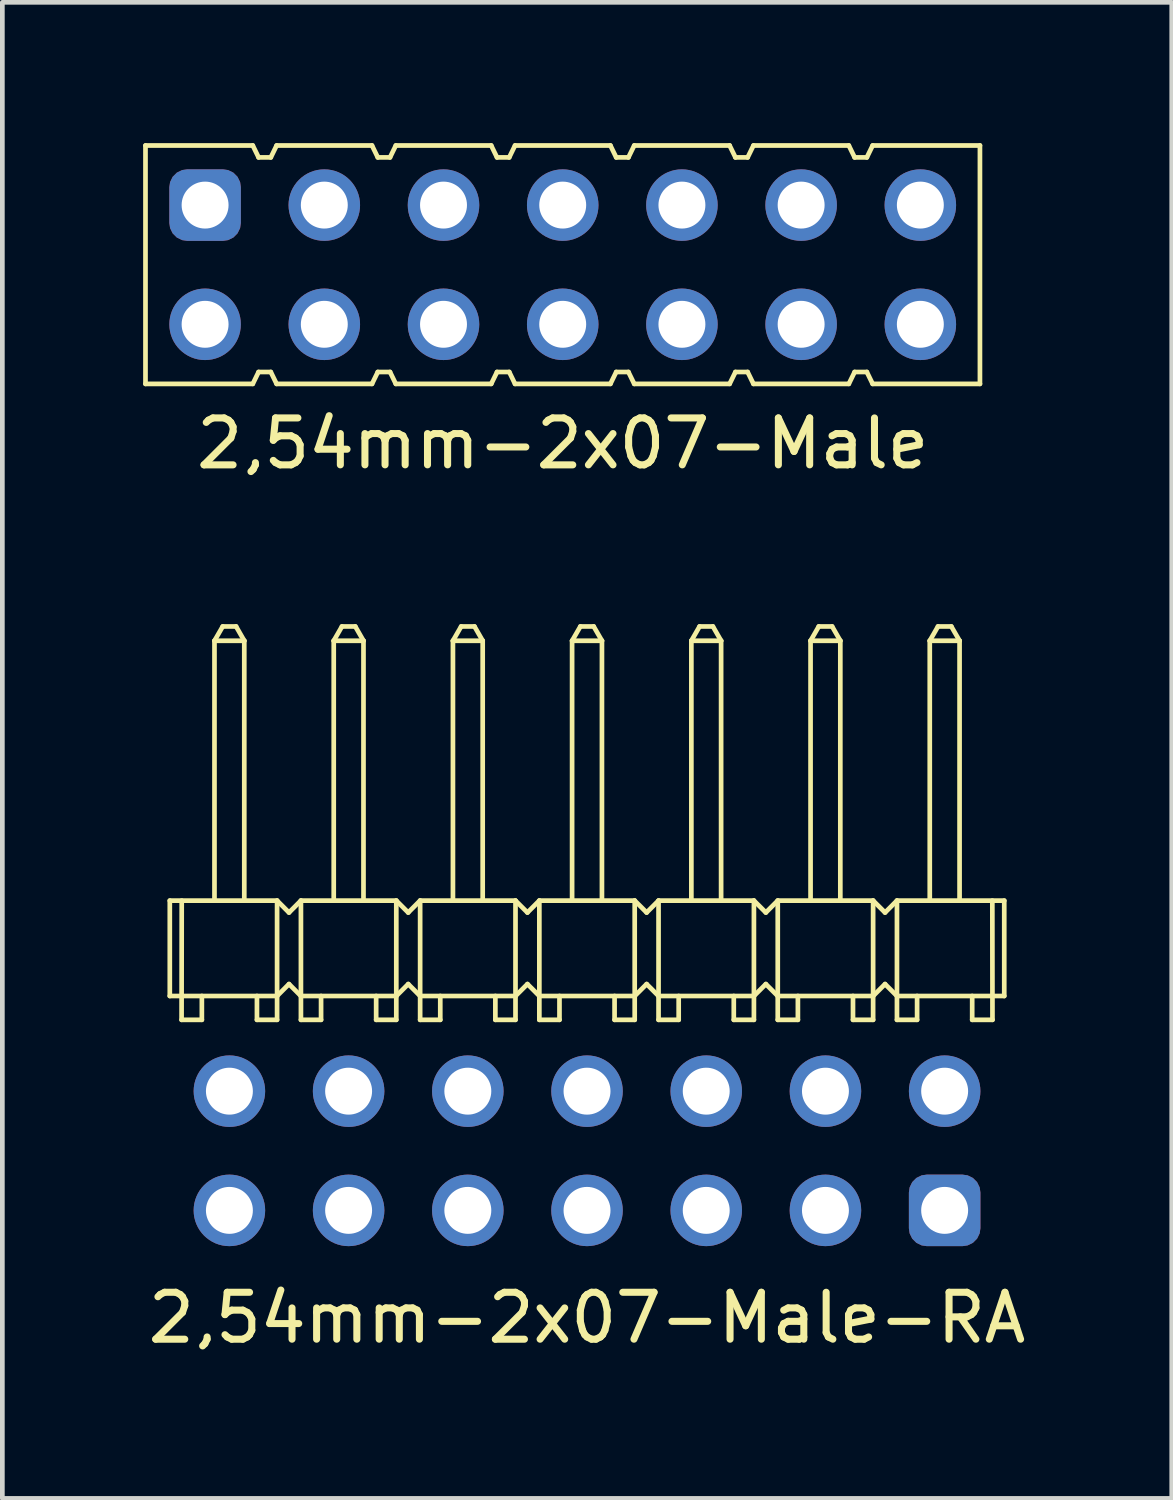
<source format=kicad_pcb>
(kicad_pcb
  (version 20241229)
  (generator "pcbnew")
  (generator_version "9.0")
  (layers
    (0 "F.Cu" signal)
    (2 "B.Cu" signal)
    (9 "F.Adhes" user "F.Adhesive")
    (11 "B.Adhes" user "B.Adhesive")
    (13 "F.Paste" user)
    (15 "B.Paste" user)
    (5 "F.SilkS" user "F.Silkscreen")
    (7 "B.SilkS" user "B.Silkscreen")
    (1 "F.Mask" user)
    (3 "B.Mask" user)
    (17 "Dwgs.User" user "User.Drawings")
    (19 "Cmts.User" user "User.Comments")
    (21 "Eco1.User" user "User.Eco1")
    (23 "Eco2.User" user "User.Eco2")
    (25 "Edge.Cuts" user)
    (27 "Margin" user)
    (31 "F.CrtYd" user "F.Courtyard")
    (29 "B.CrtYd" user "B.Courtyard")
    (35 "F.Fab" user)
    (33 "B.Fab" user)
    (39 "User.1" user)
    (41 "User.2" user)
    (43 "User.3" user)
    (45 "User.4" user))
  (footprint "2,54mm-2x07-Male"
    (layer "F.Cu")
    (at 8.94 2.59)
    (property "Reference" "2,54mm-2x07-Male" (at 0 3.81 0) (layer "F.SilkS") (effects (font (size 1 1) (thickness 0.15))))
    (attr through_hole)
    (fp_line (start -8.89 -2.54) (end -8.89 2.54) (stroke (width 0.1) (type solid)) (layer "F.SilkS"))
    (fp_line (start -8.89 2.54) (end -6.604 2.54) (stroke (width 0.1) (type solid)) (layer "F.SilkS"))
    (fp_line (start -6.604 -2.54) (end -8.89 -2.54) (stroke (width 0.1) (type solid)) (layer "F.SilkS"))
    (fp_line (start -6.604 2.54) (end -6.48 2.286) (stroke (width 0.1) (type solid)) (layer "F.SilkS"))
    (fp_line (start -6.48 -2.286) (end -6.604 -2.54) (stroke (width 0.1) (type solid)) (layer "F.SilkS"))
    (fp_line (start -6.48 2.286) (end -6.22 2.286) (stroke (width 0.1) (type solid)) (layer "F.SilkS"))
    (fp_line (start -6.22 -2.286) (end -6.48 -2.286) (stroke (width 0.1) (type solid)) (layer "F.SilkS"))
    (fp_line (start -6.22 2.286) (end -6.096 2.54) (stroke (width 0.1) (type solid)) (layer "F.SilkS"))
    (fp_line (start -6.096 -2.54) (end -6.22 -2.286) (stroke (width 0.1) (type solid)) (layer "F.SilkS"))
    (fp_line (start -6.096 2.54) (end -4.064 2.54) (stroke (width 0.1) (type solid)) (layer "F.SilkS"))
    (fp_line (start -4.064 -2.54) (end -6.096 -2.54) (stroke (width 0.1) (type solid)) (layer "F.SilkS"))
    (fp_line (start -4.064 2.54) (end -3.94 2.286) (stroke (width 0.1) (type solid)) (layer "F.SilkS"))
    (fp_line (start -3.94 -2.286) (end -4.064 -2.54) (stroke (width 0.1) (type solid)) (layer "F.SilkS"))
    (fp_line (start -3.94 2.286) (end -3.68 2.286) (stroke (width 0.1) (type solid)) (layer "F.SilkS"))
    (fp_line (start -3.68 -2.286) (end -3.94 -2.286) (stroke (width 0.1) (type solid)) (layer "F.SilkS"))
    (fp_line (start -3.68 2.286) (end -3.556 2.54) (stroke (width 0.1) (type solid)) (layer "F.SilkS"))
    (fp_line (start -3.556 -2.54) (end -3.68 -2.286) (stroke (width 0.1) (type solid)) (layer "F.SilkS"))
    (fp_line (start -3.556 2.54) (end -1.524 2.54) (stroke (width 0.1) (type solid)) (layer "F.SilkS"))
    (fp_line (start -1.524 -2.54) (end -3.556 -2.54) (stroke (width 0.1) (type solid)) (layer "F.SilkS"))
    (fp_line (start -1.524 2.54) (end -1.4 2.286) (stroke (width 0.1) (type solid)) (layer "F.SilkS"))
    (fp_line (start -1.4 -2.286) (end -1.524 -2.54) (stroke (width 0.1) (type solid)) (layer "F.SilkS"))
    (fp_line (start -1.4 2.286) (end -1.14 2.286) (stroke (width 0.1) (type solid)) (layer "F.SilkS"))
    (fp_line (start -1.14 -2.286) (end -1.4 -2.286) (stroke (width 0.1) (type solid)) (layer "F.SilkS"))
    (fp_line (start -1.14 2.286) (end -1.016 2.54) (stroke (width 0.1) (type solid)) (layer "F.SilkS"))
    (fp_line (start -1.016 -2.54) (end -1.14 -2.286) (stroke (width 0.1) (type solid)) (layer "F.SilkS"))
    (fp_line (start -1.016 2.54) (end 1.016 2.54) (stroke (width 0.1) (type solid)) (layer "F.SilkS"))
    (fp_line (start 1.016 -2.54) (end -1.016 -2.54) (stroke (width 0.1) (type solid)) (layer "F.SilkS"))
    (fp_line (start 1.016 2.54) (end 1.14 2.286) (stroke (width 0.1) (type solid)) (layer "F.SilkS"))
    (fp_line (start 1.14 -2.286) (end 1.016 -2.54) (stroke (width 0.1) (type solid)) (layer "F.SilkS"))
    (fp_line (start 1.14 2.286) (end 1.4 2.286) (stroke (width 0.1) (type solid)) (layer "F.SilkS"))
    (fp_line (start 1.4 -2.286) (end 1.14 -2.286) (stroke (width 0.1) (type solid)) (layer "F.SilkS"))
    (fp_line (start 1.4 2.286) (end 1.524 2.54) (stroke (width 0.1) (type solid)) (layer "F.SilkS"))
    (fp_line (start 1.524 -2.54) (end 1.4 -2.286) (stroke (width 0.1) (type solid)) (layer "F.SilkS"))
    (fp_line (start 1.524 2.54) (end 3.556 2.54) (stroke (width 0.1) (type solid)) (layer "F.SilkS"))
    (fp_line (start 3.556 -2.54) (end 1.524 -2.54) (stroke (width 0.1) (type solid)) (layer "F.SilkS"))
    (fp_line (start 3.556 2.54) (end 3.68 2.286) (stroke (width 0.1) (type solid)) (layer "F.SilkS"))
    (fp_line (start 3.68 -2.286) (end 3.556 -2.54) (stroke (width 0.1) (type solid)) (layer "F.SilkS"))
    (fp_line (start 3.68 2.286) (end 3.94 2.286) (stroke (width 0.1) (type solid)) (layer "F.SilkS"))
    (fp_line (start 3.94 -2.286) (end 3.68 -2.286) (stroke (width 0.1) (type solid)) (layer "F.SilkS"))
    (fp_line (start 3.94 2.286) (end 4.064 2.54) (stroke (width 0.1) (type solid)) (layer "F.SilkS"))
    (fp_line (start 4.064 -2.54) (end 3.94 -2.286) (stroke (width 0.1) (type solid)) (layer "F.SilkS"))
    (fp_line (start 4.064 2.54) (end 6.096 2.54) (stroke (width 0.1) (type solid)) (layer "F.SilkS"))
    (fp_line (start 6.096 -2.54) (end 4.064 -2.54) (stroke (width 0.1) (type solid)) (layer "F.SilkS"))
    (fp_line (start 6.096 2.54) (end 6.22 2.286) (stroke (width 0.1) (type solid)) (layer "F.SilkS"))
    (fp_line (start 6.22 -2.286) (end 6.096 -2.54) (stroke (width 0.1) (type solid)) (layer "F.SilkS"))
    (fp_line (start 6.22 2.286) (end 6.48 2.286) (stroke (width 0.1) (type solid)) (layer "F.SilkS"))
    (fp_line (start 6.48 -2.286) (end 6.22 -2.286) (stroke (width 0.1) (type solid)) (layer "F.SilkS"))
    (fp_line (start 6.48 2.286) (end 6.604 2.54) (stroke (width 0.1) (type solid)) (layer "F.SilkS"))
    (fp_line (start 6.604 -2.54) (end 6.48 -2.286) (stroke (width 0.1) (type solid)) (layer "F.SilkS"))
    (fp_line (start 6.604 2.54) (end 8.89 2.54) (stroke (width 0.1) (type solid)) (layer "F.SilkS"))
    (fp_line (start 8.89 -2.54) (end 6.604 -2.54) (stroke (width 0.1) (type solid)) (layer "F.SilkS"))
    (fp_line (start 8.89 2.54) (end 8.89 -2.54) (stroke (width 0.1) (type solid)) (layer "F.SilkS"))
    (pad "1" thru_hole roundrect (at -7.62 -1.27) (size 1.524 1.524) (drill 1) (layers "*.Cu" "*.Mask") (roundrect_rratio 0.25))
    (pad "2" thru_hole circle (at -7.62 1.27) (size 1.524 1.524) (drill 1) (layers "*.Cu" "*.Mask"))
    (pad "3" thru_hole circle (at -5.08 -1.27) (size 1.524 1.524) (drill 1) (layers "*.Cu" "*.Mask"))
    (pad "4" thru_hole circle (at -5.08 1.27) (size 1.524 1.524) (drill 1) (layers "*.Cu" "*.Mask"))
    (pad "5" thru_hole circle (at -2.54 -1.27) (size 1.524 1.524) (drill 1) (layers "*.Cu" "*.Mask"))
    (pad "6" thru_hole circle (at -2.54 1.27) (size 1.524 1.524) (drill 1) (layers "*.Cu" "*.Mask"))
    (pad "7" thru_hole circle (at 0 -1.27) (size 1.524 1.524) (drill 1) (layers "*.Cu" "*.Mask"))
    (pad "8" thru_hole circle (at 0 1.27) (size 1.524 1.524) (drill 1) (layers "*.Cu" "*.Mask"))
    (pad "9" thru_hole circle (at 2.54 -1.27) (size 1.524 1.524) (drill 1) (layers "*.Cu" "*.Mask"))
    (pad "10" thru_hole circle (at 2.54 1.27) (size 1.524 1.524) (drill 1) (layers "*.Cu" "*.Mask"))
    (pad "11" thru_hole circle (at 5.08 -1.27) (size 1.524 1.524) (drill 1) (layers "*.Cu" "*.Mask"))
    (pad "12" thru_hole circle (at 5.08 1.27) (size 1.524 1.524) (drill 1) (layers "*.Cu" "*.Mask"))
    (pad "13" thru_hole circle (at 7.62 -1.27) (size 1.524 1.524) (drill 1) (layers "*.Cu" "*.Mask"))
    (pad "14" thru_hole circle (at 7.62 1.27) (size 1.524 1.524) (drill 1) (layers "*.Cu" "*.Mask")))
  (footprint "2,54mm-2x07-Male-RA"
    (layer "F.Cu")
    (at 9.458 18.68)
    (property "Reference" "2,54mm-2x07-Male-RA" (at 0 6.35 0) (layer "F.SilkS") (effects (font (size 1 1) (thickness 0.15))))
    (attr through_hole)
    (fp_line (start -8.89 -2.54) (end -8.89 -0.508) (stroke (width 0.1) (type solid)) (layer "F.SilkS"))
    (fp_line (start -8.89 -2.54) (end -6.604 -2.54) (stroke (width 0.1) (type solid)) (layer "F.SilkS"))
    (fp_line (start -8.639 0) (end -8.636 -2.54) (stroke (width 0.1) (type solid)) (layer "F.SilkS"))
    (fp_line (start -8.639 0) (end -8.207 0) (stroke (width 0.1) (type solid)) (layer "F.SilkS"))
    (fp_line (start -8.207 -0.508) (end -8.207 0) (stroke (width 0.1) (type solid)) (layer "F.SilkS"))
    (fp_line (start -7.938 -8.077) (end -7.938 -2.54) (stroke (width 0.1) (type solid)) (layer "F.SilkS"))
    (fp_line (start -7.938 -8.077) (end -7.762 -8.382) (stroke (width 0.1) (type solid)) (layer "F.SilkS"))
    (fp_line (start -7.478 -8.382) (end -7.762 -8.382) (stroke (width 0.1) (type solid)) (layer "F.SilkS"))
    (fp_line (start -7.478 -8.382) (end -7.303 -8.077) (stroke (width 0.1) (type solid)) (layer "F.SilkS"))
    (fp_line (start -7.303 -8.077) (end -7.938 -8.077) (stroke (width 0.1) (type solid)) (layer "F.SilkS"))
    (fp_line (start -7.303 -8.077) (end -7.303 -2.54) (stroke (width 0.1) (type solid)) (layer "F.SilkS"))
    (fp_line (start -7.033 0) (end -7.033 -0.508) (stroke (width 0.1) (type solid)) (layer "F.SilkS"))
    (fp_line (start -7.033 0) (end -6.604 0) (stroke (width 0.1) (type solid)) (layer "F.SilkS"))
    (fp_line (start -6.604 -2.54) (end -6.604 0) (stroke (width 0.1) (type solid)) (layer "F.SilkS"))
    (fp_line (start -6.604 -2.54) (end -6.35 -2.286) (stroke (width 0.1) (type solid)) (layer "F.SilkS"))
    (fp_line (start -6.604 -0.508) (end -8.89 -0.508) (stroke (width 0.1) (type solid)) (layer "F.SilkS"))
    (fp_line (start -6.35 -2.286) (end -6.096 -2.54) (stroke (width 0.1) (type solid)) (layer "F.SilkS"))
    (fp_line (start -6.35 -0.762) (end -6.604 -0.508) (stroke (width 0.1) (type solid)) (layer "F.SilkS"))
    (fp_line (start -6.096 -2.54) (end -4.064 -2.54) (stroke (width 0.1) (type solid)) (layer "F.SilkS"))
    (fp_line (start -6.096 -0.508) (end -6.35 -0.762) (stroke (width 0.1) (type solid)) (layer "F.SilkS"))
    (fp_line (start -6.096 -0.508) (end -4.064 -0.508) (stroke (width 0.1) (type solid)) (layer "F.SilkS"))
    (fp_line (start -6.096 0) (end -6.096 -2.54) (stroke (width 0.1) (type solid)) (layer "F.SilkS"))
    (fp_line (start -6.096 0) (end -5.667 0) (stroke (width 0.1) (type solid)) (layer "F.SilkS"))
    (fp_line (start -5.667 -0.508) (end -5.667 0) (stroke (width 0.1) (type solid)) (layer "F.SilkS"))
    (fp_line (start -5.397 -8.077) (end -5.222 -8.382) (stroke (width 0.1) (type solid)) (layer "F.SilkS"))
    (fp_line (start -5.397 -2.54) (end -5.397 -8.077) (stroke (width 0.1) (type solid)) (layer "F.SilkS"))
    (fp_line (start -4.938 -8.382) (end -5.222 -8.382) (stroke (width 0.1) (type solid)) (layer "F.SilkS"))
    (fp_line (start -4.938 -8.382) (end -4.763 -8.077) (stroke (width 0.1) (type solid)) (layer "F.SilkS"))
    (fp_line (start -4.763 -8.077) (end -5.397 -8.077) (stroke (width 0.1) (type solid)) (layer "F.SilkS"))
    (fp_line (start -4.763 -8.077) (end -4.763 -2.54) (stroke (width 0.1) (type solid)) (layer "F.SilkS"))
    (fp_line (start -4.493 0) (end -4.493 -0.508) (stroke (width 0.1) (type solid)) (layer "F.SilkS"))
    (fp_line (start -4.493 0) (end -4.064 0) (stroke (width 0.1) (type solid)) (layer "F.SilkS"))
    (fp_line (start -4.064 -2.54) (end -4.064 0) (stroke (width 0.1) (type solid)) (layer "F.SilkS"))
    (fp_line (start -4.064 -2.54) (end -3.81 -2.286) (stroke (width 0.1) (type solid)) (layer "F.SilkS"))
    (fp_line (start -3.81 -2.286) (end -3.556 -2.54) (stroke (width 0.1) (type solid)) (layer "F.SilkS"))
    (fp_line (start -3.81 -0.762) (end -4.064 -0.508) (stroke (width 0.1) (type solid)) (layer "F.SilkS"))
    (fp_line (start -3.556 -2.54) (end -1.524 -2.54) (stroke (width 0.1) (type solid)) (layer "F.SilkS"))
    (fp_line (start -3.556 -0.508) (end -3.81 -0.762) (stroke (width 0.1) (type solid)) (layer "F.SilkS"))
    (fp_line (start -3.556 -0.508) (end -1.524 -0.508) (stroke (width 0.1) (type solid)) (layer "F.SilkS"))
    (fp_line (start -3.556 0) (end -3.556 -2.54) (stroke (width 0.1) (type solid)) (layer "F.SilkS"))
    (fp_line (start -3.556 0) (end -3.127 0) (stroke (width 0.1) (type solid)) (layer "F.SilkS"))
    (fp_line (start -3.127 -0.508) (end -3.127 0) (stroke (width 0.1) (type solid)) (layer "F.SilkS"))
    (fp_line (start -2.857 -8.077) (end -2.682 -8.382) (stroke (width 0.1) (type solid)) (layer "F.SilkS"))
    (fp_line (start -2.857 -2.54) (end -2.857 -8.077) (stroke (width 0.1) (type solid)) (layer "F.SilkS"))
    (fp_line (start -2.398 -8.382) (end -2.682 -8.382) (stroke (width 0.1) (type solid)) (layer "F.SilkS"))
    (fp_line (start -2.398 -8.382) (end -2.223 -8.077) (stroke (width 0.1) (type solid)) (layer "F.SilkS"))
    (fp_line (start -2.223 -8.077) (end -2.857 -8.077) (stroke (width 0.1) (type solid)) (layer "F.SilkS"))
    (fp_line (start -2.223 -8.077) (end -2.223 -2.54) (stroke (width 0.1) (type solid)) (layer "F.SilkS"))
    (fp_line (start -1.953 0) (end -1.953 -0.508) (stroke (width 0.1) (type solid)) (layer "F.SilkS"))
    (fp_line (start -1.953 0) (end -1.524 0) (stroke (width 0.1) (type solid)) (layer "F.SilkS"))
    (fp_line (start -1.524 -2.54) (end -1.524 0) (stroke (width 0.1) (type solid)) (layer "F.SilkS"))
    (fp_line (start -1.524 -2.54) (end -1.27 -2.286) (stroke (width 0.1) (type solid)) (layer "F.SilkS"))
    (fp_line (start -1.27 -2.286) (end -1.016 -2.54) (stroke (width 0.1) (type solid)) (layer "F.SilkS"))
    (fp_line (start -1.27 -0.762) (end -1.524 -0.508) (stroke (width 0.1) (type solid)) (layer "F.SilkS"))
    (fp_line (start -1.016 -2.54) (end 1.016 -2.54) (stroke (width 0.1) (type solid)) (layer "F.SilkS"))
    (fp_line (start -1.016 -0.508) (end -1.27 -0.762) (stroke (width 0.1) (type solid)) (layer "F.SilkS"))
    (fp_line (start -1.016 -0.508) (end 1.016 -0.508) (stroke (width 0.1) (type solid)) (layer "F.SilkS"))
    (fp_line (start -1.016 0) (end -1.016 -2.54) (stroke (width 0.1) (type solid)) (layer "F.SilkS"))
    (fp_line (start -1.016 0) (end -0.587 0) (stroke (width 0.1) (type solid)) (layer "F.SilkS"))
    (fp_line (start -0.587 -0.508) (end -0.587 0) (stroke (width 0.1) (type solid)) (layer "F.SilkS"))
    (fp_line (start -0.318 -8.077) (end -0.142 -8.382) (stroke (width 0.1) (type solid)) (layer "F.SilkS"))
    (fp_line (start -0.318 -2.54) (end -0.318 -8.077) (stroke (width 0.1) (type solid)) (layer "F.SilkS"))
    (fp_line (start 0.142 -8.382) (end -0.142 -8.382) (stroke (width 0.1) (type solid)) (layer "F.SilkS"))
    (fp_line (start 0.142 -8.382) (end 0.318 -8.077) (stroke (width 0.1) (type solid)) (layer "F.SilkS"))
    (fp_line (start 0.318 -8.077) (end -0.318 -8.077) (stroke (width 0.1) (type solid)) (layer "F.SilkS"))
    (fp_line (start 0.318 -8.077) (end 0.318 -2.54) (stroke (width 0.1) (type solid)) (layer "F.SilkS"))
    (fp_line (start 0.587 0) (end 0.587 -0.508) (stroke (width 0.1) (type solid)) (layer "F.SilkS"))
    (fp_line (start 0.587 0) (end 1.016 0) (stroke (width 0.1) (type solid)) (layer "F.SilkS"))
    (fp_line (start 1.016 -2.54) (end 1.016 0) (stroke (width 0.1) (type solid)) (layer "F.SilkS"))
    (fp_line (start 1.016 -2.54) (end 1.27 -2.286) (stroke (width 0.1) (type solid)) (layer "F.SilkS"))
    (fp_line (start 1.27 -2.286) (end 1.524 -2.54) (stroke (width 0.1) (type solid)) (layer "F.SilkS"))
    (fp_line (start 1.27 -0.762) (end 1.016 -0.508) (stroke (width 0.1) (type solid)) (layer "F.SilkS"))
    (fp_line (start 1.524 -2.54) (end 3.556 -2.54) (stroke (width 0.1) (type solid)) (layer "F.SilkS"))
    (fp_line (start 1.524 -0.508) (end 1.27 -0.762) (stroke (width 0.1) (type solid)) (layer "F.SilkS"))
    (fp_line (start 1.524 -0.508) (end 3.556 -0.508) (stroke (width 0.1) (type solid)) (layer "F.SilkS"))
    (fp_line (start 1.524 0) (end 1.524 -2.54) (stroke (width 0.1) (type solid)) (layer "F.SilkS"))
    (fp_line (start 1.524 0) (end 1.953 0) (stroke (width 0.1) (type solid)) (layer "F.SilkS"))
    (fp_line (start 1.953 -0.508) (end 1.953 0) (stroke (width 0.1) (type solid)) (layer "F.SilkS"))
    (fp_line (start 2.223 -8.077) (end 2.398 -8.382) (stroke (width 0.1) (type solid)) (layer "F.SilkS"))
    (fp_line (start 2.223 -2.54) (end 2.223 -8.077) (stroke (width 0.1) (type solid)) (layer "F.SilkS"))
    (fp_line (start 2.682 -8.382) (end 2.398 -8.382) (stroke (width 0.1) (type solid)) (layer "F.SilkS"))
    (fp_line (start 2.682 -8.382) (end 2.857 -8.077) (stroke (width 0.1) (type solid)) (layer "F.SilkS"))
    (fp_line (start 2.857 -8.077) (end 2.223 -8.077) (stroke (width 0.1) (type solid)) (layer "F.SilkS"))
    (fp_line (start 2.857 -8.077) (end 2.857 -2.54) (stroke (width 0.1) (type solid)) (layer "F.SilkS"))
    (fp_line (start 3.127 0) (end 3.127 -0.508) (stroke (width 0.1) (type solid)) (layer "F.SilkS"))
    (fp_line (start 3.127 0) (end 3.556 0) (stroke (width 0.1) (type solid)) (layer "F.SilkS"))
    (fp_line (start 3.556 -2.54) (end 3.556 0) (stroke (width 0.1) (type solid)) (layer "F.SilkS"))
    (fp_line (start 3.556 -2.54) (end 3.81 -2.286) (stroke (width 0.1) (type solid)) (layer "F.SilkS"))
    (fp_line (start 3.81 -2.286) (end 4.064 -2.54) (stroke (width 0.1) (type solid)) (layer "F.SilkS"))
    (fp_line (start 3.81 -0.762) (end 3.556 -0.508) (stroke (width 0.1) (type solid)) (layer "F.SilkS"))
    (fp_line (start 4.064 -2.54) (end 6.096 -2.54) (stroke (width 0.1) (type solid)) (layer "F.SilkS"))
    (fp_line (start 4.064 -0.508) (end 3.81 -0.762) (stroke (width 0.1) (type solid)) (layer "F.SilkS"))
    (fp_line (start 4.064 -0.508) (end 6.096 -0.508) (stroke (width 0.1) (type solid)) (layer "F.SilkS"))
    (fp_line (start 4.064 0) (end 4.064 -2.54) (stroke (width 0.1) (type solid)) (layer "F.SilkS"))
    (fp_line (start 4.064 0) (end 4.493 0) (stroke (width 0.1) (type solid)) (layer "F.SilkS"))
    (fp_line (start 4.493 -0.508) (end 4.493 0) (stroke (width 0.1) (type solid)) (layer "F.SilkS"))
    (fp_line (start 4.763 -8.077) (end 4.938 -8.382) (stroke (width 0.1) (type solid)) (layer "F.SilkS"))
    (fp_line (start 4.763 -2.54) (end 4.763 -8.077) (stroke (width 0.1) (type solid)) (layer "F.SilkS"))
    (fp_line (start 5.222 -8.382) (end 4.938 -8.382) (stroke (width 0.1) (type solid)) (layer "F.SilkS"))
    (fp_line (start 5.222 -8.382) (end 5.397 -8.077) (stroke (width 0.1) (type solid)) (layer "F.SilkS"))
    (fp_line (start 5.397 -8.077) (end 4.763 -8.077) (stroke (width 0.1) (type solid)) (layer "F.SilkS"))
    (fp_line (start 5.397 -8.077) (end 5.397 -2.54) (stroke (width 0.1) (type solid)) (layer "F.SilkS"))
    (fp_line (start 5.667 0) (end 5.667 -0.508) (stroke (width 0.1) (type solid)) (layer "F.SilkS"))
    (fp_line (start 5.667 0) (end 6.096 0) (stroke (width 0.1) (type solid)) (layer "F.SilkS"))
    (fp_line (start 6.096 -2.54) (end 6.096 0) (stroke (width 0.1) (type solid)) (layer "F.SilkS"))
    (fp_line (start 6.096 -2.54) (end 6.35 -2.286) (stroke (width 0.1) (type solid)) (layer "F.SilkS"))
    (fp_line (start 6.35 -2.286) (end 6.604 -2.54) (stroke (width 0.1) (type solid)) (layer "F.SilkS"))
    (fp_line (start 6.35 -0.762) (end 6.096 -0.508) (stroke (width 0.1) (type solid)) (layer "F.SilkS"))
    (fp_line (start 6.604 -2.54) (end 8.89 -2.54) (stroke (width 0.1) (type solid)) (layer "F.SilkS"))
    (fp_line (start 6.604 -0.508) (end 6.35 -0.762) (stroke (width 0.1) (type solid)) (layer "F.SilkS"))
    (fp_line (start 6.604 0) (end 6.604 -2.54) (stroke (width 0.1) (type solid)) (layer "F.SilkS"))
    (fp_line (start 6.604 0) (end 7.033 0) (stroke (width 0.1) (type solid)) (layer "F.SilkS"))
    (fp_line (start 7.033 -0.508) (end 7.033 0) (stroke (width 0.1) (type solid)) (layer "F.SilkS"))
    (fp_line (start 7.303 -8.077) (end 7.478 -8.382) (stroke (width 0.1) (type solid)) (layer "F.SilkS"))
    (fp_line (start 7.303 -2.54) (end 7.303 -8.077) (stroke (width 0.1) (type solid)) (layer "F.SilkS"))
    (fp_line (start 7.762 -8.382) (end 7.478 -8.382) (stroke (width 0.1) (type solid)) (layer "F.SilkS"))
    (fp_line (start 7.762 -8.382) (end 7.938 -8.077) (stroke (width 0.1) (type solid)) (layer "F.SilkS"))
    (fp_line (start 7.938 -8.077) (end 7.303 -8.077) (stroke (width 0.1) (type solid)) (layer "F.SilkS"))
    (fp_line (start 7.938 -8.077) (end 7.938 -2.54) (stroke (width 0.1) (type solid)) (layer "F.SilkS"))
    (fp_line (start 8.207 0) (end 8.207 -0.508) (stroke (width 0.1) (type solid)) (layer "F.SilkS"))
    (fp_line (start 8.207 0) (end 8.639 0) (stroke (width 0.1) (type solid)) (layer "F.SilkS"))
    (fp_line (start 8.636 -2.54) (end 8.639 0) (stroke (width 0.1) (type solid)) (layer "F.SilkS"))
    (fp_line (start 8.89 -2.54) (end 8.89 -0.508) (stroke (width 0.1) (type solid)) (layer "F.SilkS"))
    (fp_line (start 8.89 -0.508) (end 6.604 -0.508) (stroke (width 0.1) (type solid)) (layer "F.SilkS"))
    (pad "1" thru_hole roundrect (at 7.62 4.06 180) (size 1.524 1.524) (drill 1) (layers "*.Cu" "*.Mask") (roundrect_rratio 0.25))
    (pad "2" thru_hole circle (at 7.62 1.52 180) (size 1.524 1.524) (drill 1) (layers "*.Cu" "*.Mask"))
    (pad "3" thru_hole circle (at 5.08 4.06 180) (size 1.524 1.524) (drill 1) (layers "*.Cu" "*.Mask"))
    (pad "4" thru_hole circle (at 5.08 1.52 180) (size 1.524 1.524) (drill 1) (layers "*.Cu" "*.Mask"))
    (pad "5" thru_hole circle (at 2.54 4.06 180) (size 1.524 1.524) (drill 1) (layers "*.Cu" "*.Mask"))
    (pad "6" thru_hole circle (at 2.54 1.52 180) (size 1.524 1.524) (drill 1) (layers "*.Cu" "*.Mask"))
    (pad "7" thru_hole circle (at 0 4.06 180) (size 1.524 1.524) (drill 1) (layers "*.Cu" "*.Mask"))
    (pad "8" thru_hole circle (at 0 1.52 180) (size 1.524 1.524) (drill 1) (layers "*.Cu" "*.Mask"))
    (pad "9" thru_hole circle (at -2.54 4.06 180) (size 1.524 1.524) (drill 1) (layers "*.Cu" "*.Mask"))
    (pad "10" thru_hole circle (at -2.54 1.52 180) (size 1.524 1.524) (drill 1) (layers "*.Cu" "*.Mask"))
    (pad "11" thru_hole circle (at -5.08 4.06 180) (size 1.524 1.524) (drill 1) (layers "*.Cu" "*.Mask"))
    (pad "12" thru_hole circle (at -5.08 1.52 180) (size 1.524 1.524) (drill 1) (layers "*.Cu" "*.Mask"))
    (pad "13" thru_hole circle (at -7.62 4.06 180) (size 1.524 1.524) (drill 1) (layers "*.Cu" "*.Mask"))
    (pad "14" thru_hole circle (at -7.62 1.52 180) (size 1.524 1.524) (drill 1) (layers "*.Cu" "*.Mask")))
  (gr_rect
    (start -3 -3)
    (end 21.917 28.878)
    (stroke (width 0.1) (type default))
    (fill no)
    (layer "Edge.Cuts")))
</source>
